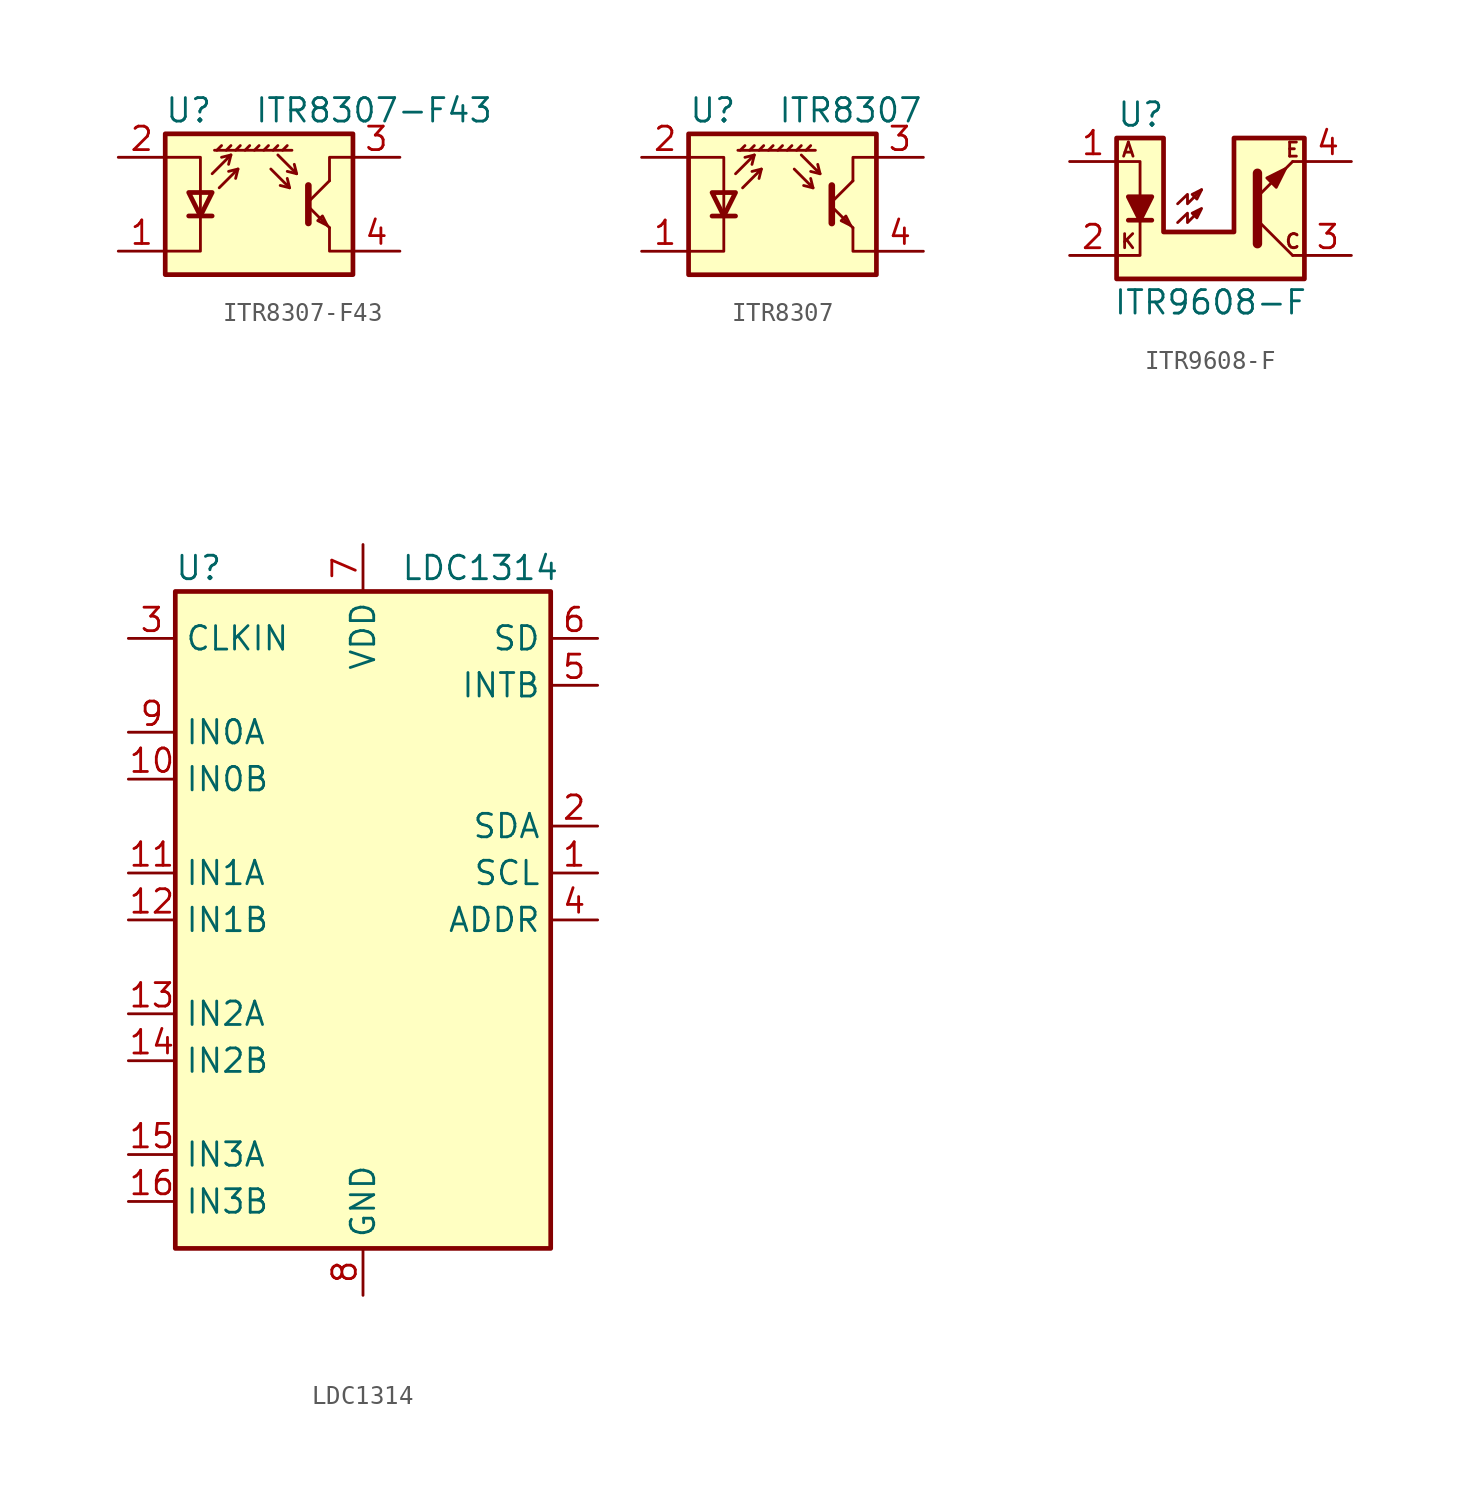
<source format=kicad_sym>
(kicad_symbol_lib
  (version 20241209)
  (generator "kicad_symbol_editor")
  (generator_version "9.0")
  (symbol "ITR8307-F43"
    (pin_names
      (offset 0.025)
      (hide yes))
    (property "Reference" "U"
      (at -3.81 5.08 0)
      (effects (font (size 1.27 1.27))))
    (property "Value" "ITR8307-F43"
      (at 12.7 5.08 0)
      (effects (font (size 1.27 1.27)) (justify right)))
    (symbol "ITR8307-F43_0_1"
      (polyline (pts (xy -5.08 -2.54) (xy -3.175 -2.54) (xy -3.175 2.54) (xy -5.08 2.54)) (stroke (width 0) (type default)) (fill (type none)))
      (polyline (pts (xy -5.08 -3.81) (xy 5.08 -3.81) (xy 5.08 3.81) (xy -5.08 3.81) (xy -5.08 -3.81)) (stroke (width 0.254) (type default)) (fill (type background)))
      (polyline (pts (xy -3.81 -0.635) (xy -2.54 -0.635)) (stroke (width 0.254) (type default)) (fill (type none)))
      (polyline (pts (xy -3.175 -0.635) (xy -3.81 0.635) (xy -2.54 0.635) (xy -3.175 -0.635)) (stroke (width 0.254) (type default)) (fill (type none)))
      (polyline (pts (xy -2.54 1.651) (xy -1.524 2.667) (xy -2.032 2.54)) (stroke (width 0) (type default)) (fill (type none)))
      (polyline (pts (xy -2.286 2.921) (xy -2.032 3.175)) (stroke (width 0) (type default)) (fill (type none)))
      (polyline (pts (xy -2.159 0.889) (xy -1.143 1.905) (xy -1.651 1.778)) (stroke (width 0) (type default)) (fill (type none)))
      (polyline (pts (xy -1.778 2.921) (xy -1.524 3.175)) (stroke (width 0) (type default)) (fill (type none)))
      (polyline (pts (xy -1.524 2.667) (xy -1.651 2.159)) (stroke (width 0) (type default)) (fill (type none)))
      (polyline (pts (xy -1.27 2.921) (xy -1.016 3.175)) (stroke (width 0) (type default)) (fill (type none)))
      (polyline (pts (xy -1.143 1.905) (xy -1.27 1.397)) (stroke (width 0) (type default)) (fill (type none)))
      (polyline (pts (xy -0.762 2.921) (xy -0.508 3.175)) (stroke (width 0) (type default)) (fill (type none)))
      (polyline (pts (xy -0.254 2.921) (xy 0 3.175)) (stroke (width 0) (type default)) (fill (type none)))
      (polyline (pts (xy 0.254 2.921) (xy 0.508 3.175)) (stroke (width 0) (type default)) (fill (type none)))
      (polyline (pts (xy 0.635 1.905) (xy 1.651 0.889) (xy 1.524 1.397)) (stroke (width 0) (type default)) (fill (type none)))
      (polyline (pts (xy 0.762 2.921) (xy 1.016 3.175)) (stroke (width 0) (type default)) (fill (type none)))
      (polyline (pts (xy 1.016 2.667) (xy 2.032 1.651) (xy 1.905 2.159)) (stroke (width 0) (type default)) (fill (type none)))
      (polyline (pts (xy 1.27 2.921) (xy 1.524 3.175)) (stroke (width 0) (type default)) (fill (type none)))
      (polyline (pts (xy 1.651 0.889) (xy 1.143 1.016)) (stroke (width 0) (type default)) (fill (type none)))
      (polyline (pts (xy 1.778 2.921) (xy -2.413 2.921)) (stroke (width 0) (type default)) (fill (type none)))
      (polyline (pts (xy 2.032 1.651) (xy 1.524 1.778)) (stroke (width 0) (type default)) (fill (type none)))
      (polyline (pts (xy 2.667 1.016) (xy 2.667 -1.016) (xy 2.667 -1.016)) (stroke (width 0.356) (type default)) (fill (type none)))
      (polyline (pts (xy 2.667 0.127) (xy 3.81 1.27)) (stroke (width 0) (type default)) (fill (type none)))
      (polyline (pts (xy 2.667 -0.127) (xy 3.81 -1.27)) (stroke (width 0) (type default)) (fill (type none)))
      (polyline (pts (xy 3.683 -1.143) (xy 3.429 -0.635) (xy 3.175 -0.889) (xy 3.683 -1.143)) (stroke (width 0) (type default)) (fill (type none)))
      (polyline (pts (xy 3.81 1.27) (xy 3.81 2.54) (xy 5.08 2.54)) (stroke (width 0) (type default)) (fill (type none)))
      (polyline (pts (xy 3.81 -1.27) (xy 3.81 -2.54) (xy 5.08 -2.54)) (stroke (width 0) (type default)) (fill (type none))))
    (symbol "ITR8307-F43_1_1"
      (pin passive line (at -7.62 2.54 0) (length 2.54) (name "A" (effects (font (size 1.27 1.27)))) (number "2" (effects (font (size 1.27 1.27)))))
      (pin passive line (at -7.62 -2.54 0) (length 2.54) (name "K" (effects (font (size 1.27 1.27)))) (number "1" (effects (font (size 1.27 1.27)))))
      (pin open_collector line (at 7.62 2.54 180) (length 2.54) (name "C" (effects (font (size 1.27 1.27)))) (number "3" (effects (font (size 1.27 1.27)))))
      (pin open_emitter line (at 7.62 -2.54 180) (length 2.54) (name "E" (effects (font (size 1.27 1.27)))) (number "4" (effects (font (size 1.27 1.27)))))))
  (symbol "ITR8307"
    (pin_names
      (offset 0.025)
      (hide yes))
    (property "Reference" "U"
      (at -5.08 5.08 0)
      (effects (font (size 1.27 1.27)) (justify left)))
    (property "Value" "ITR8307"
      (at 7.62 5.08 0)
      (effects (font (size 1.27 1.27)) (justify right)))
    (symbol "ITR8307_0_1"
      (polyline (pts (xy -5.08 -2.54) (xy -3.175 -2.54) (xy -3.175 2.54) (xy -5.08 2.54)) (stroke (width 0) (type default)) (fill (type none)))
      (polyline (pts (xy -5.08 -3.81) (xy 5.08 -3.81) (xy 5.08 3.81) (xy -5.08 3.81) (xy -5.08 -3.81)) (stroke (width 0.254) (type default)) (fill (type background)))
      (polyline (pts (xy -3.81 -0.635) (xy -2.54 -0.635)) (stroke (width 0.254) (type default)) (fill (type none)))
      (polyline (pts (xy -3.175 -0.635) (xy -3.81 0.635) (xy -2.54 0.635) (xy -3.175 -0.635)) (stroke (width 0.254) (type default)) (fill (type none)))
      (polyline (pts (xy -2.54 1.651) (xy -1.524 2.667) (xy -2.032 2.54)) (stroke (width 0) (type default)) (fill (type none)))
      (polyline (pts (xy -2.286 2.921) (xy -2.032 3.175)) (stroke (width 0) (type default)) (fill (type none)))
      (polyline (pts (xy -2.159 0.889) (xy -1.143 1.905) (xy -1.651 1.778)) (stroke (width 0) (type default)) (fill (type none)))
      (polyline (pts (xy -1.778 2.921) (xy -1.524 3.175)) (stroke (width 0) (type default)) (fill (type none)))
      (polyline (pts (xy -1.524 2.667) (xy -1.651 2.159)) (stroke (width 0) (type default)) (fill (type none)))
      (polyline (pts (xy -1.27 2.921) (xy -1.016 3.175)) (stroke (width 0) (type default)) (fill (type none)))
      (polyline (pts (xy -1.143 1.905) (xy -1.27 1.397)) (stroke (width 0) (type default)) (fill (type none)))
      (polyline (pts (xy -0.762 2.921) (xy -0.508 3.175)) (stroke (width 0) (type default)) (fill (type none)))
      (polyline (pts (xy -0.254 2.921) (xy 0 3.175)) (stroke (width 0) (type default)) (fill (type none)))
      (polyline (pts (xy 0.254 2.921) (xy 0.508 3.175)) (stroke (width 0) (type default)) (fill (type none)))
      (polyline (pts (xy 0.635 1.905) (xy 1.651 0.889) (xy 1.524 1.397)) (stroke (width 0) (type default)) (fill (type none)))
      (polyline (pts (xy 0.762 2.921) (xy 1.016 3.175)) (stroke (width 0) (type default)) (fill (type none)))
      (polyline (pts (xy 1.016 2.667) (xy 2.032 1.651) (xy 1.905 2.159)) (stroke (width 0) (type default)) (fill (type none)))
      (polyline (pts (xy 1.27 2.921) (xy 1.524 3.175)) (stroke (width 0) (type default)) (fill (type none)))
      (polyline (pts (xy 1.651 0.889) (xy 1.143 1.016)) (stroke (width 0) (type default)) (fill (type none)))
      (polyline (pts (xy 1.778 2.921) (xy -2.413 2.921)) (stroke (width 0) (type default)) (fill (type none)))
      (polyline (pts (xy 2.032 1.651) (xy 1.524 1.778)) (stroke (width 0) (type default)) (fill (type none)))
      (polyline (pts (xy 2.667 1.016) (xy 2.667 -1.016) (xy 2.667 -1.016)) (stroke (width 0.356) (type default)) (fill (type none)))
      (polyline (pts (xy 2.667 0.127) (xy 3.81 1.27)) (stroke (width 0) (type default)) (fill (type none)))
      (polyline (pts (xy 2.667 -0.127) (xy 3.81 -1.27)) (stroke (width 0) (type default)) (fill (type none)))
      (polyline (pts (xy 3.683 -1.143) (xy 3.429 -0.635) (xy 3.175 -0.889) (xy 3.683 -1.143)) (stroke (width 0) (type default)) (fill (type none)))
      (polyline (pts (xy 3.81 1.27) (xy 3.81 2.54) (xy 5.08 2.54)) (stroke (width 0) (type default)) (fill (type none)))
      (polyline (pts (xy 3.81 -1.27) (xy 3.81 -2.54) (xy 5.08 -2.54)) (stroke (width 0) (type default)) (fill (type none))))
    (symbol "ITR8307_1_1"
      (pin passive line (at -7.62 2.54 0) (length 2.54) (name "A" (effects (font (size 1.27 1.27)))) (number "2" (effects (font (size 1.27 1.27)))))
      (pin passive line (at -7.62 -2.54 0) (length 2.54) (name "K" (effects (font (size 1.27 1.27)))) (number "1" (effects (font (size 1.27 1.27)))))
      (pin open_collector line (at 7.62 2.54 180) (length 2.54) (name "C" (effects (font (size 1.27 1.27)))) (number "3" (effects (font (size 1.27 1.27)))))
      (pin open_emitter line (at 7.62 -2.54 180) (length 2.54) (name "E" (effects (font (size 1.27 1.27)))) (number "4" (effects (font (size 1.27 1.27)))))))
  (symbol "ITR9608-F"
    (property "Reference" "U"
      (at -5.08 5.08 0)
      (effects (font (size 1.27 1.27)) (justify left)))
    (property "Value" "ITR9608-F"
      (at 0 -5.08 0)
      (effects (font (size 1.27 1.27))))
    (symbol "ITR9608-F_0_0"
      (text "A" (at -4.445 3.175 0) (effects (font (size 0.762 0.762))))
      (text "K" (at -4.445 -1.778 0) (effects (font (size 0.762 0.762))))
      (text "E" (at 4.445 3.175 0) (effects (font (size 0.762 0.762))))
      (text "C" (at 4.445 -1.778 0) (effects (font (size 0.762 0.762)))))
    (symbol "ITR9608-F_0_1"
      (polyline (pts (xy -5.08 3.81) (xy -5.08 -3.81) (xy 5.08 -3.81) (xy 5.08 3.81) (xy 1.27 3.81) (xy 1.27 -1.27) (xy -2.54 -1.27) (xy -2.54 3.81) (xy -5.08 3.81)) (stroke (width 0.254) (type default)) (fill (type background)))
      (polyline (pts (xy -5.08 2.54) (xy -3.81 2.54) (xy -3.81 0.635)) (stroke (width 0) (type default)) (fill (type none)))
      (polyline (pts (xy -5.08 -2.54) (xy -3.81 -2.54) (xy -3.81 -0.635)) (stroke (width 0) (type default)) (fill (type none)))
      (polyline (pts (xy -4.445 -0.635) (xy -3.175 -0.635)) (stroke (width 0.254) (type default)) (fill (type none)))
      (polyline (pts (xy -3.81 -0.635) (xy -4.445 0.635) (xy -3.175 0.635) (xy -3.81 -0.635)) (stroke (width 0.254) (type default)) (fill (type outline)))
      (polyline (pts (xy -1.778 0.254) (xy -1.245 0.762) (xy -1.245 0.254) (xy -0.483 1.016)) (stroke (width 0) (type default)) (fill (type none)))
      (polyline (pts (xy -1.778 -0.762) (xy -1.245 -0.254) (xy -1.245 -0.762) (xy -0.483 0) (xy -0.991 -0.254) (xy -0.737 -0.508) (xy -0.483 0)) (stroke (width 0) (type default)) (fill (type none)))
      (polyline (pts (xy -0.483 1.016) (xy -0.991 0.762) (xy -0.737 0.508) (xy -0.483 1.016)) (stroke (width 0) (type default)) (fill (type none)))
      (polyline (pts (xy 2.54 -0.635) (xy 4.445 -2.54)) (stroke (width 0) (type default)) (fill (type none)))
      (polyline (pts (xy 2.54 -1.905) (xy 2.54 1.905) (xy 2.54 1.905)) (stroke (width 0.508) (type default)) (fill (type none)))
      (polyline (pts (xy 3.048 1.651) (xy 3.556 1.143) (xy 4.064 2.159) (xy 3.048 1.651) (xy 3.048 1.651)) (stroke (width 0) (type default)) (fill (type outline)))
      (polyline (pts (xy 4.445 2.54) (xy 2.54 0.635)) (stroke (width 0) (type default)) (fill (type outline)))
      (polyline (pts (xy 4.445 2.54) (xy 5.08 2.54)) (stroke (width 0) (type default)) (fill (type none)))
      (polyline (pts (xy 4.445 -2.54) (xy 5.08 -2.54)) (stroke (width 0) (type default)) (fill (type none))))
    (symbol "ITR9608-F_1_1"
      (pin passive line (at -7.62 2.54 0) (length 2.54) (name "~" (effects (font (size 1.27 1.27)))) (number "1" (effects (font (size 1.27 1.27)))))
      (pin passive line (at -7.62 -2.54 0) (length 2.54) (name "~" (effects (font (size 1.27 1.27)))) (number "2" (effects (font (size 1.27 1.27)))))
      (pin open_emitter line (at 7.62 2.54 180) (length 2.54) (name "~" (effects (font (size 1.27 1.27)))) (number "4" (effects (font (size 1.27 1.27)))))
      (pin open_collector line (at 7.62 -2.54 180) (length 2.54) (name "~" (effects (font (size 1.27 1.27)))) (number "3" (effects (font (size 1.27 1.27)))))))
  (symbol "LDC1314"
    (property "Reference" "U"
      (at -8.89 19.05 0)
      (effects (font (size 1.27 1.27))))
    (property "Value" "LDC1314"
      (at 6.35 19.05 0)
      (effects (font (size 1.27 1.27))))
    (symbol "LDC1314_0_1"
      (rectangle (start -10.16 -17.78) (end 10.16 17.78) (stroke (width 0.254) (type default)) (fill (type background))))
    (symbol "LDC1314_1_1"
      (pin input line (at -12.7 15.24 0) (length 2.54) (name "CLKIN" (effects (font (size 1.27 1.27)))) (number "3" (effects (font (size 1.27 1.27)))))
      (pin input line (at -12.7 10.16 0) (length 2.54) (name "IN0A" (effects (font (size 1.27 1.27)))) (number "9" (effects (font (size 1.27 1.27)))))
      (pin input line (at -12.7 7.62 0) (length 2.54) (name "IN0B" (effects (font (size 1.27 1.27)))) (number "10" (effects (font (size 1.27 1.27)))))
      (pin input line (at -12.7 2.54 0) (length 2.54) (name "IN1A" (effects (font (size 1.27 1.27)))) (number "11" (effects (font (size 1.27 1.27)))))
      (pin input line (at -12.7 0 0) (length 2.54) (name "IN1B" (effects (font (size 1.27 1.27)))) (number "12" (effects (font (size 1.27 1.27)))))
      (pin input line (at -12.7 -5.08 0) (length 2.54) (name "IN2A" (effects (font (size 1.27 1.27)))) (number "13" (effects (font (size 1.27 1.27)))))
      (pin input line (at -12.7 -7.62 0) (length 2.54) (name "IN2B" (effects (font (size 1.27 1.27)))) (number "14" (effects (font (size 1.27 1.27)))))
      (pin input line (at -12.7 -12.7 0) (length 2.54) (name "IN3A" (effects (font (size 1.27 1.27)))) (number "15" (effects (font (size 1.27 1.27)))))
      (pin input line (at -12.7 -15.24 0) (length 2.54) (name "IN3B" (effects (font (size 1.27 1.27)))) (number "16" (effects (font (size 1.27 1.27)))))
      (pin power_in line (at 0 20.32 270) (length 2.54) (name "VDD" (effects (font (size 1.27 1.27)))) (number "7" (effects (font (size 1.27 1.27)))))
      (pin passive line (at 0 -20.32 90) (length 2.54) (hide yes) (name "GND" (effects (font (size 1.27 1.27)))) (number "17" (effects (font (size 1.27 1.27)))))
      (pin power_in line (at 0 -20.32 90) (length 2.54) (name "GND" (effects (font (size 1.27 1.27)))) (number "8" (effects (font (size 1.27 1.27)))))
      (pin input line (at 12.7 15.24 180) (length 2.54) (name "SD" (effects (font (size 1.27 1.27)))) (number "6" (effects (font (size 1.27 1.27)))))
      (pin open_collector line (at 12.7 12.7 180) (length 2.54) (name "INTB" (effects (font (size 1.27 1.27)))) (number "5" (effects (font (size 1.27 1.27)))))
      (pin bidirectional line (at 12.7 5.08 180) (length 2.54) (name "SDA" (effects (font (size 1.27 1.27)))) (number "2" (effects (font (size 1.27 1.27)))))
      (pin input line (at 12.7 2.54 180) (length 2.54) (name "SCL" (effects (font (size 1.27 1.27)))) (number "1" (effects (font (size 1.27 1.27)))))
      (pin input line (at 12.7 0 180) (length 2.54) (name "ADDR" (effects (font (size 1.27 1.27)))) (number "4" (effects (font (size 1.27 1.27))))))))
</source>
